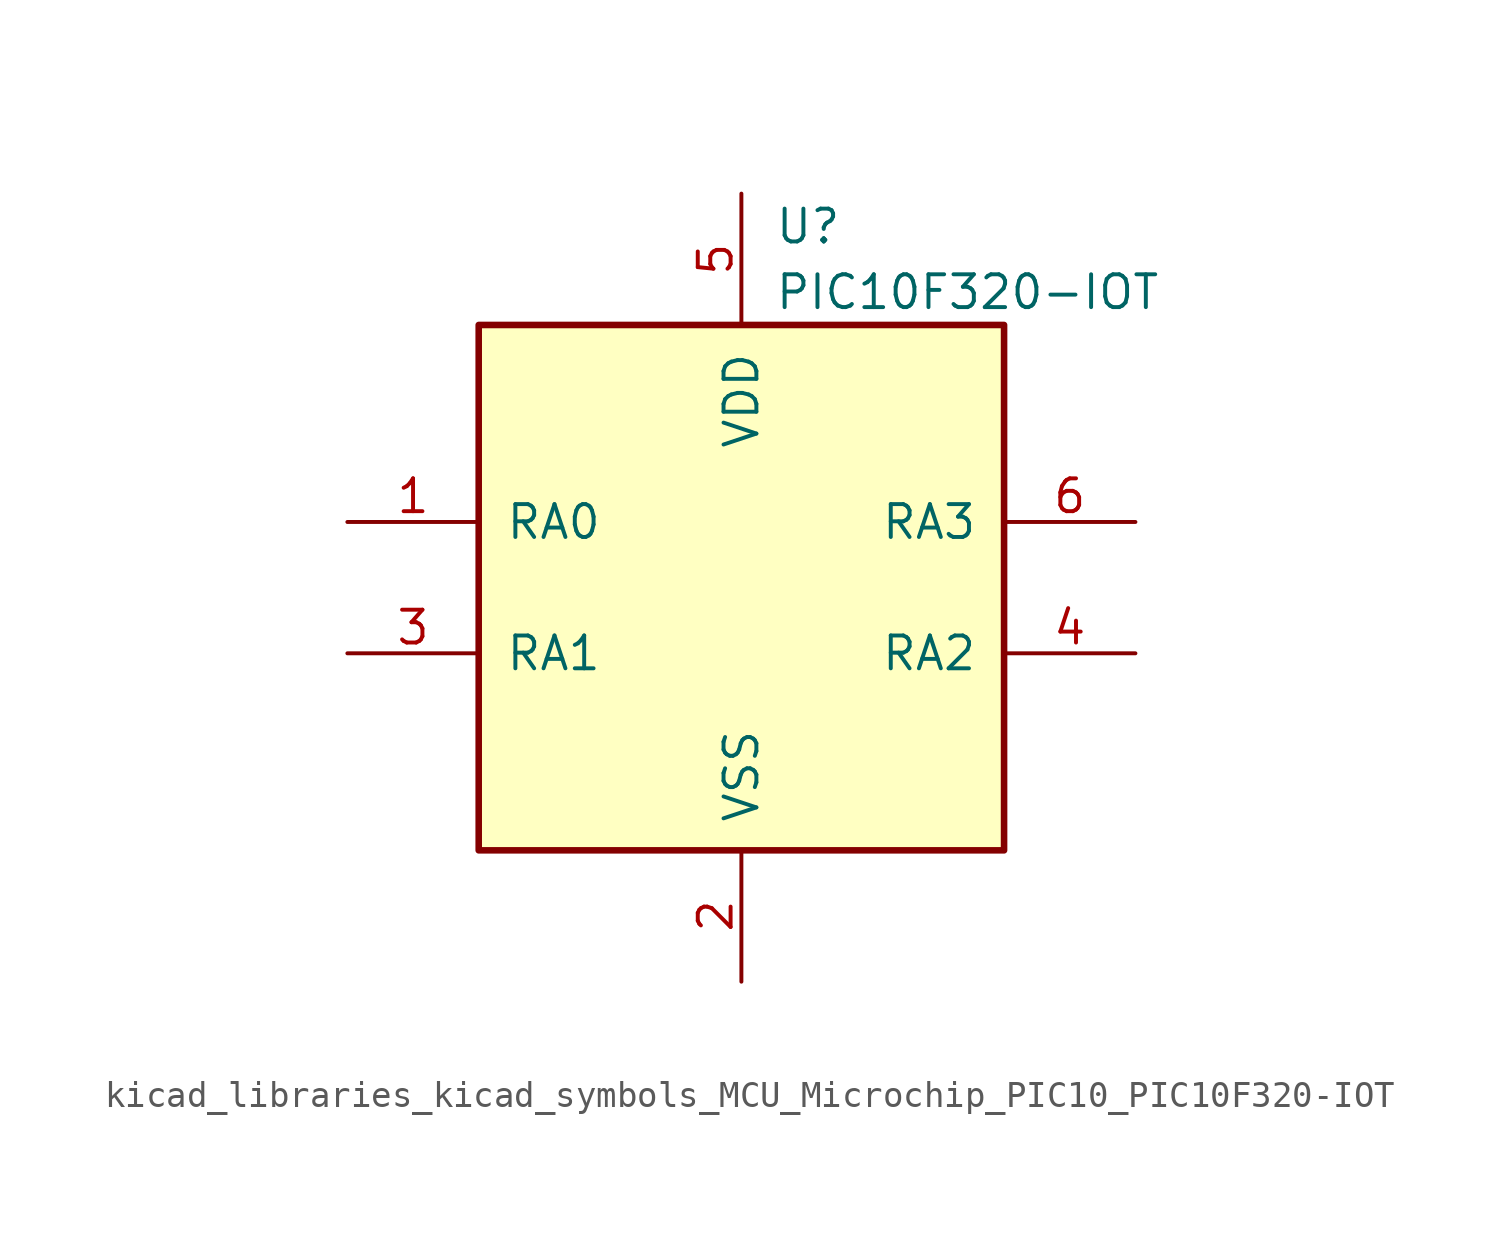
<source format=kicad_sym>
(kicad_symbol_lib
  (version 20220914)
  (generator kicad_symbol_editor)
  (symbol "kicad_libraries_kicad_symbols_MCU_Microchip_PIC10_PIC10F320-IOT"
    (pin_names
      (offset 1.016))
    (property "Reference" "U"
      (at 1.27 13.97 0)
      (effects (font (size 1.27 1.27)) (justify left)))
    (property "Value" "PIC10F320-IOT"
      (at 1.27 11.43 0)
      (effects (font (size 1.27 1.27)) (justify left)))
    (symbol "kicad_libraries_kicad_symbols_MCU_Microchip_PIC10_PIC10F320-IOT_0_1"
      (rectangle (start -10.16 10.16) (end 10.16 -10.16) (stroke (width 0.254) (type default)) (fill (type background))))
    (symbol "kicad_libraries_kicad_symbols_MCU_Microchip_PIC10_PIC10F320-IOT_1_1"
      (pin bidirectional line (at -15.24 2.54 0) (length 5.08) (name "RA0" (effects (font (size 1.27 1.27)))) (number "1" (effects (font (size 1.27 1.27)))))
      (pin power_in line (at 0 -15.24 90) (length 5.08) (name "VSS" (effects (font (size 1.27 1.27)))) (number "2" (effects (font (size 1.27 1.27)))))
      (pin bidirectional line (at -15.24 -2.54 0) (length 5.08) (name "RA1" (effects (font (size 1.27 1.27)))) (number "3" (effects (font (size 1.27 1.27)))))
      (pin bidirectional line (at 15.24 -2.54 180) (length 5.08) (name "RA2" (effects (font (size 1.27 1.27)))) (number "4" (effects (font (size 1.27 1.27)))))
      (pin power_in line (at 0 15.24 270) (length 5.08) (name "VDD" (effects (font (size 1.27 1.27)))) (number "5" (effects (font (size 1.27 1.27)))))
      (pin input line (at 15.24 2.54 180) (length 5.08) (name "RA3" (effects (font (size 1.27 1.27)))) (number "6" (effects (font (size 1.27 1.27))))))))
</source>
